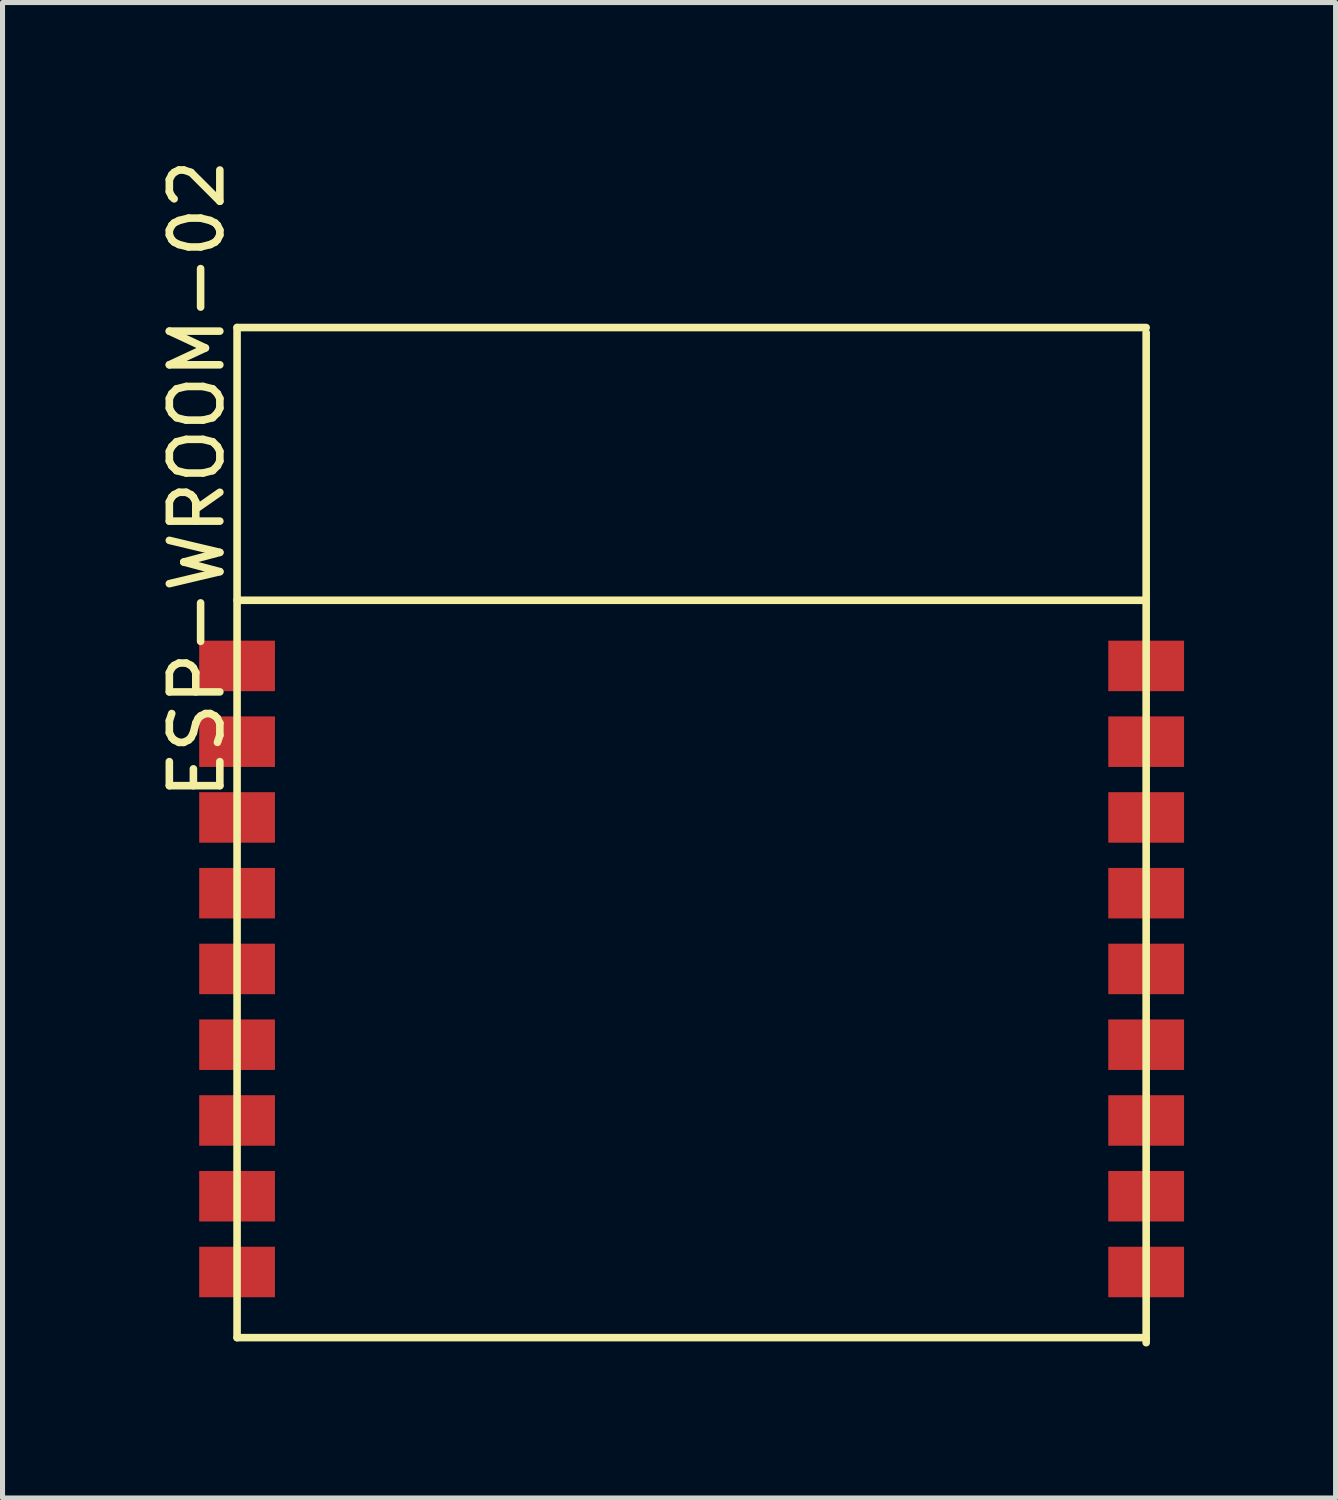
<source format=kicad_pcb>
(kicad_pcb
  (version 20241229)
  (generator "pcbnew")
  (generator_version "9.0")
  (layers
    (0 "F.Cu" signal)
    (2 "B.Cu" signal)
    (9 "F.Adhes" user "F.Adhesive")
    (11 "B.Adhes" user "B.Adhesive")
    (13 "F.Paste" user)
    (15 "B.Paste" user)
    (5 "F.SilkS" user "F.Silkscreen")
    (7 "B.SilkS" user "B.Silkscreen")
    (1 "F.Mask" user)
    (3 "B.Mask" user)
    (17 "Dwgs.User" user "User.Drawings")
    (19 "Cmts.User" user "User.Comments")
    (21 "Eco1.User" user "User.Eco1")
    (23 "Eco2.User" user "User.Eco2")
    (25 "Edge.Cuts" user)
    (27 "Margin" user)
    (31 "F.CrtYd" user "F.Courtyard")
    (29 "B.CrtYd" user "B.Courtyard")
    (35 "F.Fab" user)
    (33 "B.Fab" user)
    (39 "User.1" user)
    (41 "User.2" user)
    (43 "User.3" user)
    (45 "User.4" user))
  (footprint "ESP-WROOM-02"
    (layer "F.Cu")
    (at 0.844 9.635)
    (property "Reference" "ESP-WROOM-02" (at 0.004 -3.2 90) (layer "F.SilkS") (effects (font (size 1 1) (thickness 0.15))))
    (attr through_hole)
    (fp_line (start 0.8 -6.2) (end 18.8 -6.2) (stroke (width 0.15) (type solid)) (layer "F.SilkS"))
    (fp_line (start 0.8 -0.8) (end 18.8 -0.8) (stroke (width 0.15) (type solid)) (layer "F.SilkS"))
    (fp_line (start 0.8 13.8) (end 0.8 -6.2) (stroke (width 0.15) (type solid)) (layer "F.SilkS"))
    (fp_line (start 18.8 -6.1) (end 18.8 13.9) (stroke (width 0.15) (type solid)) (layer "F.SilkS"))
    (fp_line (start 18.8 13.8) (end 0.8 13.8) (stroke (width 0.15) (type solid)) (layer "F.SilkS"))
    (pad "1" smd rect (at 0.8 0.5) (size 1.5 1) (layers "F.Cu" "F.Mask" "F.Paste"))
    (pad "2" smd rect (at 0.8 2) (size 1.5 1) (layers "F.Cu" "F.Mask" "F.Paste"))
    (pad "3" smd rect (at 0.8 3.5) (size 1.5 1) (layers "F.Cu" "F.Mask" "F.Paste"))
    (pad "4" smd rect (at 0.8 5) (size 1.5 1) (layers "F.Cu" "F.Mask" "F.Paste"))
    (pad "5" smd rect (at 0.8 6.5) (size 1.5 1) (layers "F.Cu" "F.Mask" "F.Paste"))
    (pad "6" smd rect (at 0.8 8) (size 1.5 1) (layers "F.Cu" "F.Mask" "F.Paste"))
    (pad "7" smd rect (at 0.8 9.5) (size 1.5 1) (layers "F.Cu" "F.Mask" "F.Paste"))
    (pad "8" smd rect (at 0.8 11) (size 1.5 1) (layers "F.Cu" "F.Mask" "F.Paste"))
    (pad "9" smd rect (at 0.8 12.5) (size 1.5 1) (layers "F.Cu" "F.Mask" "F.Paste"))
    (pad "10" smd rect (at 18.8 12.5) (size 1.5 1) (layers "F.Cu" "F.Mask" "F.Paste"))
    (pad "11" smd rect (at 18.8 11) (size 1.5 1) (layers "F.Cu" "F.Mask" "F.Paste"))
    (pad "12" smd rect (at 18.8 9.5) (size 1.5 1) (layers "F.Cu" "F.Mask" "F.Paste"))
    (pad "13" smd rect (at 18.8 8) (size 1.5 1) (layers "F.Cu" "F.Mask" "F.Paste"))
    (pad "14" smd rect (at 18.8 6.5) (size 1.5 1) (layers "F.Cu" "F.Mask" "F.Paste"))
    (pad "15" smd rect (at 18.8 5) (size 1.5 1) (layers "F.Cu" "F.Mask" "F.Paste"))
    (pad "16" smd rect (at 18.8 3.5) (size 1.5 1) (layers "F.Cu" "F.Mask" "F.Paste"))
    (pad "17" smd rect (at 18.8 2) (size 1.5 1) (layers "F.Cu" "F.Mask" "F.Paste"))
    (pad "18" smd rect (at 18.8 0.5) (size 1.5 1) (layers "F.Cu" "F.Mask" "F.Paste")))
  (gr_rect
    (start -3 -3)
    (end 23.394 26.61)
    (stroke (width 0.1) (type default))
    (fill no)
    (layer "Edge.Cuts")))
</source>
